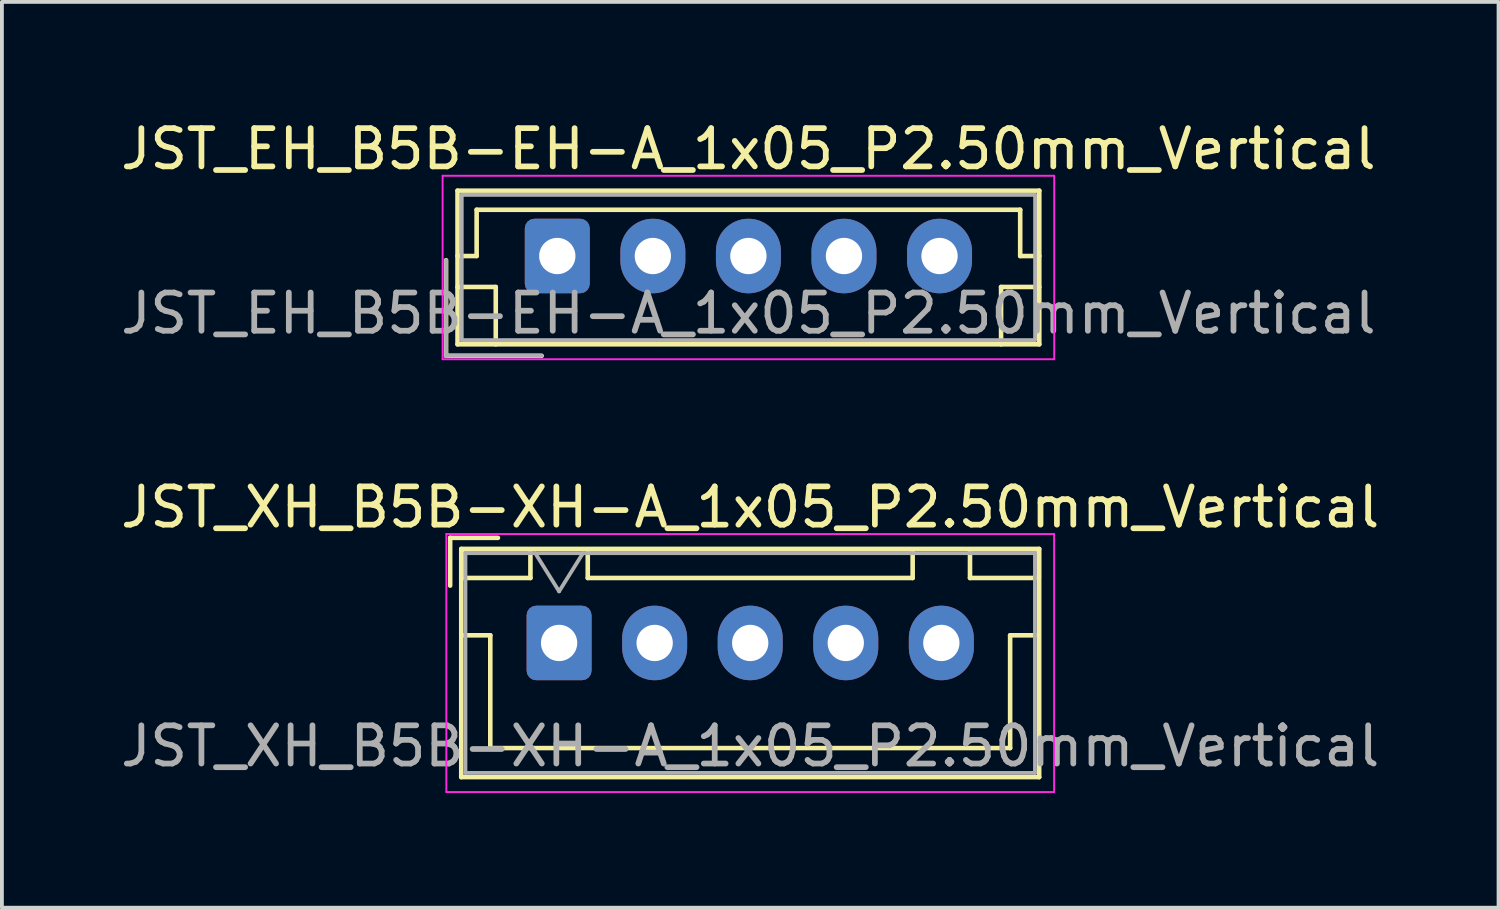
<source format=kicad_pcb>
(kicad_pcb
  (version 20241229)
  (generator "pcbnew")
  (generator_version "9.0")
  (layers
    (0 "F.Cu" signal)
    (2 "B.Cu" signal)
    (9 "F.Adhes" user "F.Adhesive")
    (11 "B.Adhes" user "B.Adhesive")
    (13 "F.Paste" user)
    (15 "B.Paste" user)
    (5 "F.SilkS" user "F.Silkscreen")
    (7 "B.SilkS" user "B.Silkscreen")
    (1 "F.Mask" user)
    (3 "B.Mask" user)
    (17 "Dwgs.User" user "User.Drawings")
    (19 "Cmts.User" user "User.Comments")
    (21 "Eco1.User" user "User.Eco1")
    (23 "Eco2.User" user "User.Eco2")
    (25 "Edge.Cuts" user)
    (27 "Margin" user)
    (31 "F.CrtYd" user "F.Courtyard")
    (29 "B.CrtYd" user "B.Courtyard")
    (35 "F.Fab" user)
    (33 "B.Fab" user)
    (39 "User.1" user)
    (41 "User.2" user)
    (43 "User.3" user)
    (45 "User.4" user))
  (footprint "JST_XH_B5B-XH-A_1x05_P2.50mm_Vertical"
    (layer "F.Cu")
    (at 11.577 13.771)
    (property "Reference" "JST_XH_B5B-XH-A_1x05_P2.50mm_Vertical" (at 5 -3.55 0) (layer "F.SilkS") (effects (font (size 1 1) (thickness 0.15))))
    (attr through_hole)
    (fp_line (start -2.85 -2.75) (end -2.85 -1.5) (stroke (width 0.12) (type solid)) (layer "F.SilkS"))
    (fp_line (start -2.56 -2.46) (end -2.56 3.51) (stroke (width 0.12) (type solid)) (layer "F.SilkS"))
    (fp_line (start -2.56 3.51) (end 12.56 3.51) (stroke (width 0.12) (type solid)) (layer "F.SilkS"))
    (fp_line (start -2.55 -2.45) (end -2.55 -1.7) (stroke (width 0.12) (type solid)) (layer "F.SilkS"))
    (fp_line (start -2.55 -1.7) (end -0.75 -1.7) (stroke (width 0.12) (type solid)) (layer "F.SilkS"))
    (fp_line (start -2.55 -0.2) (end -1.8 -0.2) (stroke (width 0.12) (type solid)) (layer "F.SilkS"))
    (fp_line (start -1.8 -0.2) (end -1.8 2.75) (stroke (width 0.12) (type solid)) (layer "F.SilkS"))
    (fp_line (start -1.8 2.75) (end 5 2.75) (stroke (width 0.12) (type solid)) (layer "F.SilkS"))
    (fp_line (start -1.6 -2.75) (end -2.85 -2.75) (stroke (width 0.12) (type solid)) (layer "F.SilkS"))
    (fp_line (start -0.75 -2.45) (end -2.55 -2.45) (stroke (width 0.12) (type solid)) (layer "F.SilkS"))
    (fp_line (start -0.75 -1.7) (end -0.75 -2.45) (stroke (width 0.12) (type solid)) (layer "F.SilkS"))
    (fp_line (start 0.75 -2.45) (end 0.75 -1.7) (stroke (width 0.12) (type solid)) (layer "F.SilkS"))
    (fp_line (start 0.75 -1.7) (end 9.25 -1.7) (stroke (width 0.12) (type solid)) (layer "F.SilkS"))
    (fp_line (start 9.25 -2.45) (end 0.75 -2.45) (stroke (width 0.12) (type solid)) (layer "F.SilkS"))
    (fp_line (start 9.25 -1.7) (end 9.25 -2.45) (stroke (width 0.12) (type solid)) (layer "F.SilkS"))
    (fp_line (start 10.75 -2.45) (end 10.75 -1.7) (stroke (width 0.12) (type solid)) (layer "F.SilkS"))
    (fp_line (start 10.75 -1.7) (end 12.55 -1.7) (stroke (width 0.12) (type solid)) (layer "F.SilkS"))
    (fp_line (start 11.8 -0.2) (end 11.8 2.75) (stroke (width 0.12) (type solid)) (layer "F.SilkS"))
    (fp_line (start 11.8 2.75) (end 5 2.75) (stroke (width 0.12) (type solid)) (layer "F.SilkS"))
    (fp_line (start 12.55 -2.45) (end 10.75 -2.45) (stroke (width 0.12) (type solid)) (layer "F.SilkS"))
    (fp_line (start 12.55 -1.7) (end 12.55 -2.45) (stroke (width 0.12) (type solid)) (layer "F.SilkS"))
    (fp_line (start 12.55 -0.2) (end 11.8 -0.2) (stroke (width 0.12) (type solid)) (layer "F.SilkS"))
    (fp_line (start 12.56 -2.46) (end -2.56 -2.46) (stroke (width 0.12) (type solid)) (layer "F.SilkS"))
    (fp_line (start 12.56 3.51) (end 12.56 -2.46) (stroke (width 0.12) (type solid)) (layer "F.SilkS"))
    (fp_line (start -2.95 -2.85) (end -2.95 3.9) (stroke (width 0.05) (type solid)) (layer "F.CrtYd"))
    (fp_line (start -2.95 3.9) (end 12.95 3.9) (stroke (width 0.05) (type solid)) (layer "F.CrtYd"))
    (fp_line (start 12.95 -2.85) (end -2.95 -2.85) (stroke (width 0.05) (type solid)) (layer "F.CrtYd"))
    (fp_line (start 12.95 3.9) (end 12.95 -2.85) (stroke (width 0.05) (type solid)) (layer "F.CrtYd"))
    (fp_line (start -2.45 -2.35) (end -2.45 3.4) (stroke (width 0.1) (type solid)) (layer "F.Fab"))
    (fp_line (start -2.45 3.4) (end 12.45 3.4) (stroke (width 0.1) (type solid)) (layer "F.Fab"))
    (fp_line (start -0.625 -2.35) (end 0 -1.35) (stroke (width 0.1) (type solid)) (layer "F.Fab"))
    (fp_line (start 0 -1.35) (end 0.625 -2.35) (stroke (width 0.1) (type solid)) (layer "F.Fab"))
    (fp_line (start 12.45 -2.35) (end -2.45 -2.35) (stroke (width 0.1) (type solid)) (layer "F.Fab"))
    (fp_line (start 12.45 3.4) (end 12.45 -2.35) (stroke (width 0.1) (type solid)) (layer "F.Fab"))
    (fp_text user "${REFERENCE}" (at 5 2.7 0) (layer "F.Fab") (effects (font (size 1 1) (thickness 0.15))))
    (pad "1" thru_hole roundrect (at 0 0) (size 1.7 1.95) (drill 0.95) (layers "*.Cu" "*.Mask") (roundrect_rratio 0.147))
    (pad "2" thru_hole oval (at 2.5 0) (size 1.7 1.95) (drill 0.95) (layers "*.Cu" "*.Mask"))
    (pad "3" thru_hole oval (at 5 0) (size 1.7 1.95) (drill 0.95) (layers "*.Cu" "*.Mask"))
    (pad "4" thru_hole oval (at 7.5 0) (size 1.7 1.95) (drill 0.95) (layers "*.Cu" "*.Mask"))
    (pad "5" thru_hole oval (at 10 0) (size 1.7 1.95) (drill 0.95) (layers "*.Cu" "*.Mask")))
  (footprint "JST_EH_B5B-EH-A_1x05_P2.50mm_Vertical"
    (layer "F.Cu")
    (at 11.53 3.648)
    (property "Reference" "JST_EH_B5B-EH-A_1x05_P2.50mm_Vertical" (at 5 -2.8 0) (layer "F.SilkS") (effects (font (size 1 1) (thickness 0.15))))
    (attr through_hole)
    (fp_line (start -2.91 0.11) (end -2.91 2.61) (stroke (width 0.12) (type solid)) (layer "F.SilkS"))
    (fp_line (start -2.91 2.61) (end -0.41 2.61) (stroke (width 0.12) (type solid)) (layer "F.SilkS"))
    (fp_line (start -2.61 -1.71) (end -2.61 2.31) (stroke (width 0.12) (type solid)) (layer "F.SilkS"))
    (fp_line (start -2.61 0) (end -2.11 0) (stroke (width 0.12) (type solid)) (layer "F.SilkS"))
    (fp_line (start -2.61 0.81) (end -1.61 0.81) (stroke (width 0.12) (type solid)) (layer "F.SilkS"))
    (fp_line (start -2.61 2.31) (end 12.61 2.31) (stroke (width 0.12) (type solid)) (layer "F.SilkS"))
    (fp_line (start -2.11 -1.21) (end 12.11 -1.21) (stroke (width 0.12) (type solid)) (layer "F.SilkS"))
    (fp_line (start -2.11 0) (end -2.11 -1.21) (stroke (width 0.12) (type solid)) (layer "F.SilkS"))
    (fp_line (start -1.61 0.81) (end -1.61 2.31) (stroke (width 0.12) (type solid)) (layer "F.SilkS"))
    (fp_line (start 11.61 0.81) (end 11.61 2.31) (stroke (width 0.12) (type solid)) (layer "F.SilkS"))
    (fp_line (start 12.11 -1.21) (end 12.11 0) (stroke (width 0.12) (type solid)) (layer "F.SilkS"))
    (fp_line (start 12.11 0) (end 12.61 0) (stroke (width 0.12) (type solid)) (layer "F.SilkS"))
    (fp_line (start 12.61 -1.71) (end -2.61 -1.71) (stroke (width 0.12) (type solid)) (layer "F.SilkS"))
    (fp_line (start 12.61 0.81) (end 11.61 0.81) (stroke (width 0.12) (type solid)) (layer "F.SilkS"))
    (fp_line (start 12.61 2.31) (end 12.61 -1.71) (stroke (width 0.12) (type solid)) (layer "F.SilkS"))
    (fp_line (start -3 -2.1) (end -3 2.7) (stroke (width 0.05) (type solid)) (layer "F.CrtYd"))
    (fp_line (start -3 2.7) (end 13 2.7) (stroke (width 0.05) (type solid)) (layer "F.CrtYd"))
    (fp_line (start 13 -2.1) (end -3 -2.1) (stroke (width 0.05) (type solid)) (layer "F.CrtYd"))
    (fp_line (start 13 2.7) (end 13 -2.1) (stroke (width 0.05) (type solid)) (layer "F.CrtYd"))
    (fp_line (start -2.91 0.11) (end -2.91 2.61) (stroke (width 0.1) (type solid)) (layer "F.Fab"))
    (fp_line (start -2.91 2.61) (end -0.41 2.61) (stroke (width 0.1) (type solid)) (layer "F.Fab"))
    (fp_line (start -2.5 -1.6) (end -2.5 2.2) (stroke (width 0.1) (type solid)) (layer "F.Fab"))
    (fp_line (start -2.5 2.2) (end 12.5 2.2) (stroke (width 0.1) (type solid)) (layer "F.Fab"))
    (fp_line (start 12.5 -1.6) (end -2.5 -1.6) (stroke (width 0.1) (type solid)) (layer "F.Fab"))
    (fp_line (start 12.5 2.2) (end 12.5 -1.6) (stroke (width 0.1) (type solid)) (layer "F.Fab"))
    (fp_text user "${REFERENCE}" (at 5 1.5 0) (layer "F.Fab") (effects (font (size 1 1) (thickness 0.15))))
    (pad "1" thru_hole roundrect (at 0 0) (size 1.7 1.95) (drill 0.95) (layers "*.Cu" "*.Mask") (roundrect_rratio 0.147))
    (pad "2" thru_hole oval (at 2.5 0) (size 1.7 1.95) (drill 0.95) (layers "*.Cu" "*.Mask"))
    (pad "3" thru_hole oval (at 5 0) (size 1.7 1.95) (drill 0.95) (layers "*.Cu" "*.Mask"))
    (pad "4" thru_hole oval (at 7.5 0) (size 1.7 1.95) (drill 0.95) (layers "*.Cu" "*.Mask"))
    (pad "5" thru_hole oval (at 10 0) (size 1.7 1.95) (drill 0.95) (layers "*.Cu" "*.Mask")))
  (gr_rect
    (start -3 -3)
    (end 36.155 20.697)
    (stroke (width 0.1) (type default))
    (fill no)
    (layer "Edge.Cuts")))
</source>
